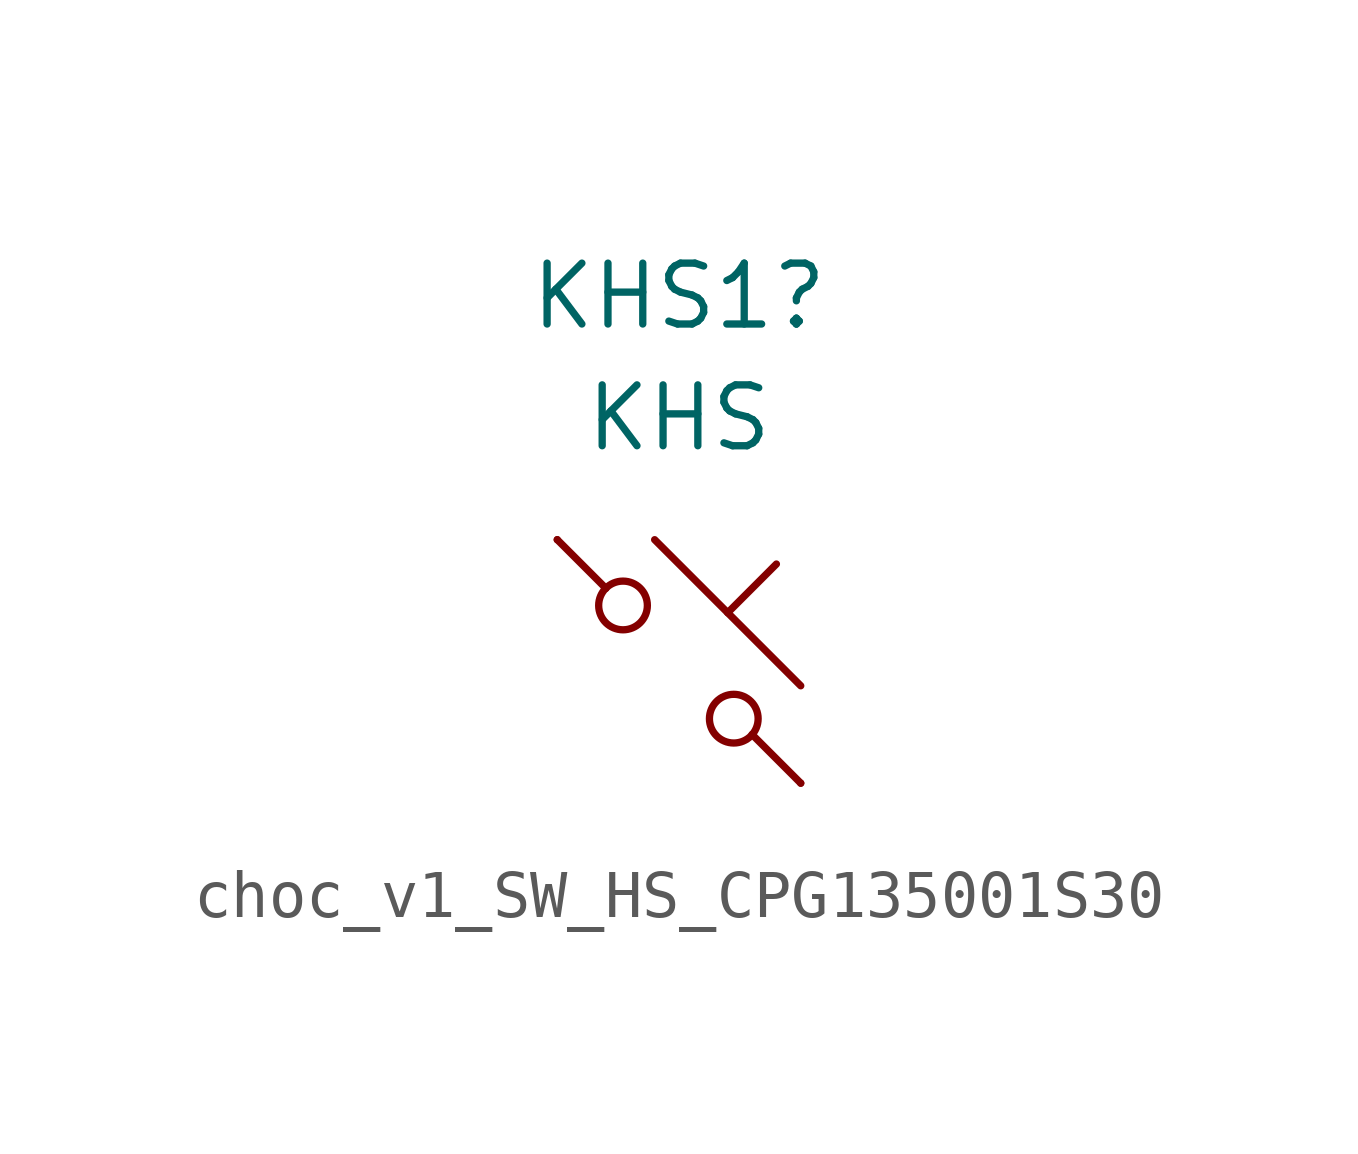
<source format=kicad_sym>
(kicad_symbol_lib
  (version 20241209)
  (generator "kicad_symbol_editor")
  (generator_version "9.0")
  (symbol "choc_v1_SW_HS_CPG135001S30"
    (pin_numbers
      (hide yes))
    (pin_names
      (offset 1.016)
      (hide yes))
    (property "Reference" "KHS1"
      (at 0 7.62 0)
      (effects (font (size 1.27 1.27))))
    (property "Value" "KHS"
      (at 0 5.08 0)
      (effects (font (size 1.27 1.27))))
    (symbol "choc_v1_SW_HS_CPG135001S30_0_1"
      (polyline (pts (xy -2.54 2.54) (xy -1.524 1.524) (xy -1.524 1.524)) (stroke (width 0) (type default)) (fill (type none)))
      (circle (center -1.168 1.168) (radius 0.508) (stroke (width 0) (type default)) (fill (type none)))
      (polyline (pts (xy -0.508 2.54) (xy 2.54 -0.508)) (stroke (width 0) (type default)) (fill (type none)))
      (polyline (pts (xy 1.016 1.016) (xy 2.032 2.032)) (stroke (width 0) (type default)) (fill (type none)))
      (circle (center 1.143 -1.194) (radius 0.508) (stroke (width 0) (type default)) (fill (type none)))
      (polyline (pts (xy 1.524 -1.524) (xy 2.54 -2.54) (xy 2.54 -2.54) (xy 2.54 -2.54)) (stroke (width 0) (type default)) (fill (type none)))
      (pin passive line (at -2.54 2.54 0) (length 0) (name "1" (effects (font (size 1.27 1.27)))) (number "1" (effects (font (size 1.27 1.27)))))
      (pin passive line (at 2.54 -2.54 180) (length 0) (name "2" (effects (font (size 1.27 1.27)))) (number "2" (effects (font (size 1.27 1.27))))))))
</source>
